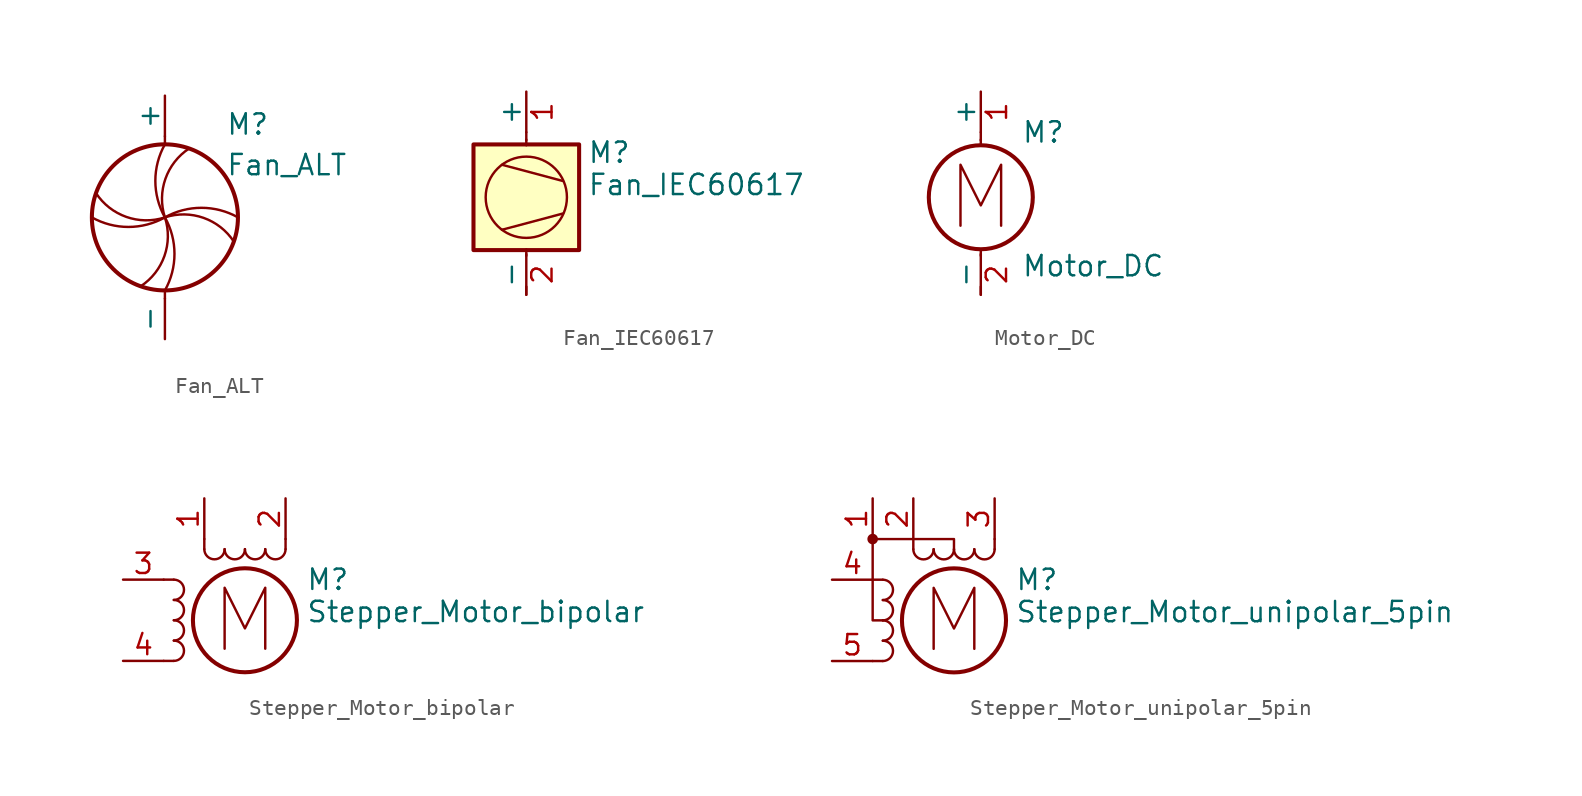
<source format=kicad_sym>
(kicad_symbol_lib
  (version 20211014)
  (generator kicad_symbol_editor)
  (symbol "Fan_ALT"
    (pin_numbers hide)
    (pin_names
      (offset 0))
    (property "Reference" "M"
      (at 3.81 5.08 0)
      (effects (font (size 1.27 1.27)) (justify left bottom)))
    (property "Value" "Fan_ALT"
      (at 3.81 2.54 0)
      (effects (font (size 1.27 1.27)) (justify left bottom)))
    (symbol "Fan_ALT_0_1"
      (arc (start -4.572 0) (mid -2.286 -0.5988) (end 0 0) (stroke (width 0) (type default) (color 0 0 0 0)) (fill (type none)))
      (arc (start -4.318 1.524) (mid -2.4153 0.0291) (end 0 0) (stroke (width 0) (type default) (color 0 0 0 0)) (fill (type none)))
      (arc (start -1.524 -4.318) (mid -0.0291 -2.4153) (end 0 0) (stroke (width 0) (type default) (color 0 0 0 0)) (fill (type none)))
      (arc (start 0 -4.572) (mid 0.5988 -2.286) (end 0 0) (stroke (width 0) (type default) (color 0 0 0 0)) (fill (type none)))
      (polyline (pts (xy 0 -5.08) (xy 0 -4.572)) (stroke (width 0) (type default) (color 0 0 0 0)) (fill (type none)))
      (polyline (pts (xy 0 4.572) (xy 0 5.08)) (stroke (width 0) (type default) (color 0 0 0 0)) (fill (type none)))
      (circle (center 0 0) (radius 4.572) (stroke (width 0.254) (type default) (color 0 0 0 0)) (fill (type none)))
      (arc (start 0 4.572) (mid -0.5988 2.286) (end 0 0) (stroke (width 0) (type default) (color 0 0 0 0)) (fill (type none)))
      (arc (start 1.524 4.318) (mid 0.0291 2.4153) (end 0 0) (stroke (width 0) (type default) (color 0 0 0 0)) (fill (type none)))
      (arc (start 4.318 -1.524) (mid 2.4153 -0.0291) (end 0 0) (stroke (width 0) (type default) (color 0 0 0 0)) (fill (type none)))
      (arc (start 4.572 0) (mid 2.286 0.5988) (end 0 0) (stroke (width 0) (type default) (color 0 0 0 0)) (fill (type none))))
    (symbol "Fan_ALT_1_1"
      (pin passive line (at 0 7.62 270) (length 2.54) (name "+" (effects (font (size 1.27 1.27)))) (number "1" (effects (font (size 1.27 1.27)))))
      (pin passive line (at 0 -7.62 90) (length 2.54) (name "-" (effects (font (size 1.27 1.27)))) (number "2" (effects (font (size 1.27 1.27)))))))
  (symbol "Fan_IEC60617"
    (pin_names
      (offset 0))
    (property "Reference" "M"
      (at 3.81 3.81 0)
      (effects (font (size 1.27 1.27)) (justify left)))
    (property "Value" "Fan_IEC60617"
      (at 3.81 2.54 0)
      (effects (font (size 1.27 1.27)) (justify left top)))
    (symbol "Fan_IEC60617_0_1"
      (rectangle (start -3.302 4.318) (end 3.302 -2.286) (stroke (width 0.254) (type default) (color 0 0 0 0)) (fill (type background)))
      (polyline (pts (xy -1.524 -1.016) (xy 2.286 0)) (stroke (width 0) (type default) (color 0 0 0 0)) (fill (type none)))
      (polyline (pts (xy -1.524 3.048) (xy 2.286 2.032)) (stroke (width 0) (type default) (color 0 0 0 0)) (fill (type none)))
      (polyline (pts (xy 0 -5.08) (xy 0 -4.572)) (stroke (width 0) (type default) (color 0 0 0 0)) (fill (type none)))
      (polyline (pts (xy 0 -2.235) (xy 0 -2.642)) (stroke (width 0) (type default) (color 0 0 0 0)) (fill (type none)))
      (polyline (pts (xy 0 4.267) (xy 0 4.623)) (stroke (width 0) (type default) (color 0 0 0 0)) (fill (type none)))
      (polyline (pts (xy 0 4.572) (xy 0 5.08)) (stroke (width 0) (type default) (color 0 0 0 0)) (fill (type none)))
      (circle (center 0 1.016) (radius 2.54) (stroke (width 0) (type default) (color 0 0 0 0)) (fill (type none))))
    (symbol "Fan_IEC60617_1_1"
      (pin passive line (at 0 7.62 270) (length 2.54) (name "+" (effects (font (size 1.27 1.27)))) (number "1" (effects (font (size 1.27 1.27)))))
      (pin passive line (at 0 -5.08 90) (length 2.54) (name "-" (effects (font (size 1.27 1.27)))) (number "2" (effects (font (size 1.27 1.27)))))))
  (symbol "Motor_DC"
    (pin_names
      (offset 0))
    (property "Reference" "M"
      (at 2.54 2.54 0)
      (effects (font (size 1.27 1.27)) (justify left)))
    (property "Value" "Motor_DC"
      (at 2.54 -5.08 0)
      (effects (font (size 1.27 1.27)) (justify left top)))
    (symbol "Motor_DC_0_0"
      (polyline (pts (xy -1.27 -3.302) (xy -1.27 0.508) (xy 0 -2.032) (xy 1.27 0.508) (xy 1.27 -3.302)) (stroke (width 0) (type default) (color 0 0 0 0)) (fill (type none))))
    (symbol "Motor_DC_0_1"
      (circle (center 0 -1.524) (radius 3.251) (stroke (width 0.254) (type default) (color 0 0 0 0)) (fill (type none)))
      (polyline (pts (xy 0 -7.62) (xy 0 -7.112)) (stroke (width 0) (type default) (color 0 0 0 0)) (fill (type none)))
      (polyline (pts (xy 0 -4.775) (xy 0 -5.182)) (stroke (width 0) (type default) (color 0 0 0 0)) (fill (type none)))
      (polyline (pts (xy 0 1.727) (xy 0 2.083)) (stroke (width 0) (type default) (color 0 0 0 0)) (fill (type none)))
      (polyline (pts (xy 0 2.032) (xy 0 2.54)) (stroke (width 0) (type default) (color 0 0 0 0)) (fill (type none))))
    (symbol "Motor_DC_1_1"
      (pin passive line (at 0 5.08 270) (length 2.54) (name "+" (effects (font (size 1.27 1.27)))) (number "1" (effects (font (size 1.27 1.27)))))
      (pin passive line (at 0 -7.62 90) (length 2.54) (name "-" (effects (font (size 1.27 1.27)))) (number "2" (effects (font (size 1.27 1.27)))))))
  (symbol "Stepper_Motor_bipolar"
    (pin_names
      (offset 0) hide)
    (property "Reference" "M"
      (at 3.81 2.54 0)
      (effects (font (size 1.27 1.27)) (justify left)))
    (property "Value" "Stepper_Motor_bipolar"
      (at 3.81 1.27 0)
      (effects (font (size 1.27 1.27)) (justify left top)))
    (symbol "Stepper_Motor_bipolar_0_0"
      (polyline (pts (xy -1.27 -1.778) (xy -1.27 2.032) (xy 0 -0.508) (xy 1.27 2.032) (xy 1.27 -1.778)) (stroke (width 0) (type default) (color 0 0 0 0)) (fill (type none))))
    (symbol "Stepper_Motor_bipolar_0_1"
      (arc (start -4.445 -2.54) (mid -3.81 -1.905) (end -4.445 -1.27) (stroke (width 0) (type default) (color 0 0 0 0)) (fill (type none)))
      (arc (start -4.445 -1.27) (mid -3.81 -0.635) (end -4.445 0) (stroke (width 0) (type default) (color 0 0 0 0)) (fill (type none)))
      (arc (start -4.445 0) (mid -3.81 0.635) (end -4.445 1.27) (stroke (width 0) (type default) (color 0 0 0 0)) (fill (type none)))
      (arc (start -4.445 1.27) (mid -3.81 1.905) (end -4.445 2.54) (stroke (width 0) (type default) (color 0 0 0 0)) (fill (type none)))
      (arc (start -2.54 4.445) (mid -1.905 3.81) (end -1.27 4.445) (stroke (width 0) (type default) (color 0 0 0 0)) (fill (type none)))
      (arc (start -1.27 4.445) (mid -0.635 3.81) (end 0 4.445) (stroke (width 0) (type default) (color 0 0 0 0)) (fill (type none)))
      (polyline (pts (xy -5.08 -2.54) (xy -4.445 -2.54)) (stroke (width 0) (type default) (color 0 0 0 0)) (fill (type none)))
      (polyline (pts (xy -5.08 2.54) (xy -4.445 2.54)) (stroke (width 0) (type default) (color 0 0 0 0)) (fill (type none)))
      (polyline (pts (xy -2.54 5.08) (xy -2.54 4.445)) (stroke (width 0) (type default) (color 0 0 0 0)) (fill (type none)))
      (polyline (pts (xy 2.54 5.08) (xy 2.54 4.445)) (stroke (width 0) (type default) (color 0 0 0 0)) (fill (type none)))
      (circle (center 0 0) (radius 3.251) (stroke (width 0.254) (type default) (color 0 0 0 0)) (fill (type none)))
      (arc (start 0 4.445) (mid 0.635 3.81) (end 1.27 4.445) (stroke (width 0) (type default) (color 0 0 0 0)) (fill (type none)))
      (arc (start 1.27 4.445) (mid 1.905 3.81) (end 2.54 4.445) (stroke (width 0) (type default) (color 0 0 0 0)) (fill (type none))))
    (symbol "Stepper_Motor_bipolar_1_1"
      (pin passive line (at -2.54 7.62 270) (length 2.54) (name "~" (effects (font (size 1.27 1.27)))) (number "1" (effects (font (size 1.27 1.27)))))
      (pin passive line (at 2.54 7.62 270) (length 2.54) (name "-" (effects (font (size 1.27 1.27)))) (number "2" (effects (font (size 1.27 1.27)))))
      (pin passive line (at -7.62 2.54 0) (length 2.54) (name "~" (effects (font (size 1.27 1.27)))) (number "3" (effects (font (size 1.27 1.27)))))
      (pin passive line (at -7.62 -2.54 0) (length 2.54) (name "~" (effects (font (size 1.27 1.27)))) (number "4" (effects (font (size 1.27 1.27)))))))
  (symbol "Stepper_Motor_unipolar_5pin"
    (pin_names
      (offset 0) hide)
    (property "Reference" "M"
      (at 3.81 2.54 0)
      (effects (font (size 1.27 1.27)) (justify left)))
    (property "Value" "Stepper_Motor_unipolar_5pin"
      (at 3.81 1.27 0)
      (effects (font (size 1.27 1.27)) (justify left top)))
    (symbol "Stepper_Motor_unipolar_5pin_0_0"
      (polyline (pts (xy -1.27 -1.778) (xy -1.27 2.032) (xy 0 -0.508) (xy 1.27 2.032) (xy 1.27 -1.778)) (stroke (width 0) (type default) (color 0 0 0 0)) (fill (type none))))
    (symbol "Stepper_Motor_unipolar_5pin_0_1"
      (circle (center -5.08 5.08) (radius 0.0001) (stroke (width 0) (type default) (color 0 0 0 0)) (fill (type outline)))
      (circle (center -5.08 5.08) (radius 0.254) (stroke (width 0) (type default) (color 0 0 0 0)) (fill (type outline)))
      (arc (start -4.445 -2.54) (mid -3.81 -1.905) (end -4.445 -1.27) (stroke (width 0) (type default) (color 0 0 0 0)) (fill (type none)))
      (arc (start -4.445 -1.27) (mid -3.81 -0.635) (end -4.445 0) (stroke (width 0) (type default) (color 0 0 0 0)) (fill (type none)))
      (arc (start -4.445 0) (mid -3.81 0.635) (end -4.445 1.27) (stroke (width 0) (type default) (color 0 0 0 0)) (fill (type none)))
      (arc (start -4.445 1.27) (mid -3.81 1.905) (end -4.445 2.54) (stroke (width 0) (type default) (color 0 0 0 0)) (fill (type none)))
      (arc (start -2.54 4.445) (mid -1.905 3.81) (end -1.27 4.445) (stroke (width 0) (type default) (color 0 0 0 0)) (fill (type none)))
      (arc (start -1.27 4.445) (mid -0.635 3.81) (end 0 4.445) (stroke (width 0) (type default) (color 0 0 0 0)) (fill (type none)))
      (polyline (pts (xy -5.08 -2.54) (xy -4.445 -2.54)) (stroke (width 0) (type default) (color 0 0 0 0)) (fill (type none)))
      (polyline (pts (xy -5.08 2.54) (xy -4.445 2.54)) (stroke (width 0) (type default) (color 0 0 0 0)) (fill (type none)))
      (polyline (pts (xy -2.54 4.445) (xy -2.54 5.08)) (stroke (width 0) (type default) (color 0 0 0 0)) (fill (type none)))
      (polyline (pts (xy 2.54 4.445) (xy 2.54 5.08)) (stroke (width 0) (type default) (color 0 0 0 0)) (fill (type none)))
      (polyline (pts (xy -5.08 5.08) (xy -5.08 0) (xy -4.445 0)) (stroke (width 0) (type default) (color 0 0 0 0)) (fill (type none)))
      (polyline (pts (xy 0 4.445) (xy 0 5.08) (xy -5.08 5.08)) (stroke (width 0) (type default) (color 0 0 0 0)) (fill (type none)))
      (circle (center 0 0) (radius 3.251) (stroke (width 0.254) (type default) (color 0 0 0 0)) (fill (type none)))
      (arc (start 0 4.445) (mid 0.635 3.81) (end 1.27 4.445) (stroke (width 0) (type default) (color 0 0 0 0)) (fill (type none)))
      (arc (start 1.27 4.445) (mid 1.905 3.81) (end 2.54 4.445) (stroke (width 0) (type default) (color 0 0 0 0)) (fill (type none))))
    (symbol "Stepper_Motor_unipolar_5pin_1_1"
      (pin passive line (at -5.08 7.62 270) (length 2.54) (name "~" (effects (font (size 1.27 1.27)))) (number "1" (effects (font (size 1.27 1.27)))))
      (pin passive line (at -2.54 7.62 270) (length 2.54) (name "~" (effects (font (size 1.27 1.27)))) (number "2" (effects (font (size 1.27 1.27)))))
      (pin passive line (at 2.54 7.62 270) (length 2.54) (name "-" (effects (font (size 1.27 1.27)))) (number "3" (effects (font (size 1.27 1.27)))))
      (pin passive line (at -7.62 2.54 0) (length 2.54) (name "~" (effects (font (size 1.27 1.27)))) (number "4" (effects (font (size 1.27 1.27)))))
      (pin passive line (at -7.62 -2.54 0) (length 2.54) (name "~" (effects (font (size 1.27 1.27)))) (number "5" (effects (font (size 1.27 1.27))))))))
</source>
